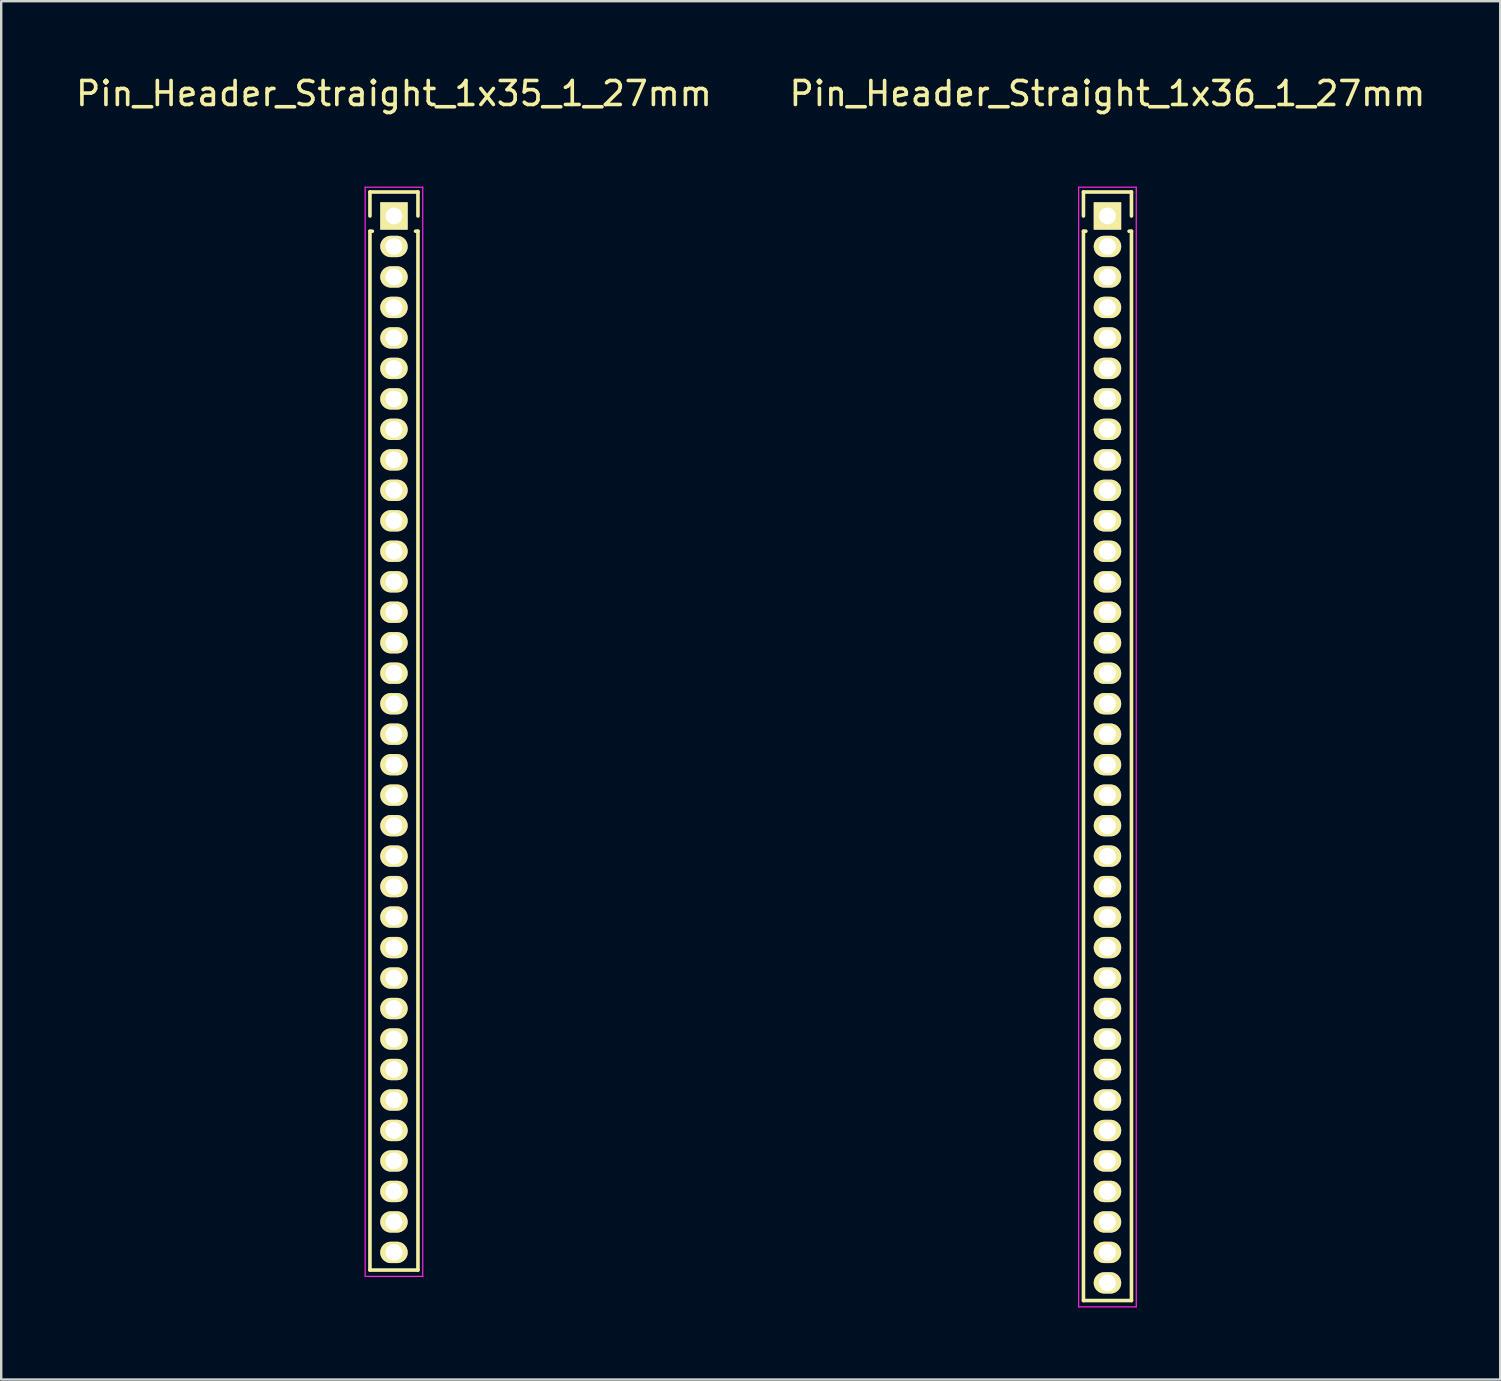
<source format=kicad_pcb>
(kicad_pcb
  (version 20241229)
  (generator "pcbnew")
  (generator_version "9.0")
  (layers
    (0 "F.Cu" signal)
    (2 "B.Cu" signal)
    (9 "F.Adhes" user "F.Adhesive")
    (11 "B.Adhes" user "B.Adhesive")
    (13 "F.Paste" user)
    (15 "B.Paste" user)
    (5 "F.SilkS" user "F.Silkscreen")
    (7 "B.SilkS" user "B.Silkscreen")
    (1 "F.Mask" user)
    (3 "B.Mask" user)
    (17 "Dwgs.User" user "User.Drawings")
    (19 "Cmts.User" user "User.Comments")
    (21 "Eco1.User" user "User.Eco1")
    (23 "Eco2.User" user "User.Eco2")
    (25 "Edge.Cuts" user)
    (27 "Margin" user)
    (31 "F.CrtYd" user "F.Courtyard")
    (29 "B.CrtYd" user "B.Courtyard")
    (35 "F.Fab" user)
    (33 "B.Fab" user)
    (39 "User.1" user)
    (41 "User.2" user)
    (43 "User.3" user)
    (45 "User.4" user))
  (footprint "Pin_Header_Straight_1x35_1_27mm"
    (layer "F.Cu")
    (at 13.363 5.948)
    (property "Reference" "Pin_Header_Straight_1x35_1_27mm" (at 0 -5.1 0) (layer "F.SilkS") (effects (font (size 1 1) (thickness 0.15))))
    (attr through_hole)
    (fp_line (start -1 -1) (end 1 -1) (stroke (width 0.15) (type solid)) (layer "F.SilkS"))
    (fp_line (start -1 0) (end -1 -1) (stroke (width 0.15) (type solid)) (layer "F.SilkS"))
    (fp_line (start -1 0.635) (end -1 43.915) (stroke (width 0.15) (type solid)) (layer "F.SilkS"))
    (fp_line (start -1 43.915) (end 1 43.915) (stroke (width 0.15) (type solid)) (layer "F.SilkS"))
    (fp_line (start -0.9 0.635) (end -1 0.635) (stroke (width 0.15) (type solid)) (layer "F.SilkS"))
    (fp_line (start 0.9 0.635) (end 1 0.635) (stroke (width 0.15) (type solid)) (layer "F.SilkS"))
    (fp_line (start 1 -1) (end 1 0) (stroke (width 0.15) (type solid)) (layer "F.SilkS"))
    (fp_line (start 1 0.635) (end 1 43.915) (stroke (width 0.15) (type solid)) (layer "F.SilkS"))
    (fp_line (start -1.2 -1.2) (end -1.2 44.18) (stroke (width 0.05) (type solid)) (layer "F.CrtYd"))
    (fp_line (start -1.2 -1.2) (end 1.2 -1.2) (stroke (width 0.05) (type solid)) (layer "F.CrtYd"))
    (fp_line (start -1.2 44.18) (end 1.2 44.18) (stroke (width 0.05) (type solid)) (layer "F.CrtYd"))
    (fp_line (start 1.2 -1.2) (end 1.2 44.18) (stroke (width 0.05) (type solid)) (layer "F.CrtYd"))
    (pad "1" thru_hole rect (at 0 0) (size 1.143 1.143) (drill 0.7) (layers "*.Cu" "*.Mask" "F.SilkS"))
    (pad "2" thru_hole oval (at 0 1.27) (size 1.143 0.889) (drill 0.7) (layers "*.Cu" "*.Mask" "F.SilkS"))
    (pad "3" thru_hole oval (at 0 2.54) (size 1.143 0.889) (drill 0.7) (layers "*.Cu" "*.Mask" "F.SilkS"))
    (pad "4" thru_hole oval (at 0 3.81) (size 1.143 0.889) (drill 0.7) (layers "*.Cu" "*.Mask" "F.SilkS"))
    (pad "5" thru_hole oval (at 0 5.08) (size 1.143 0.889) (drill 0.7) (layers "*.Cu" "*.Mask" "F.SilkS"))
    (pad "6" thru_hole oval (at 0 6.35) (size 1.143 0.889) (drill 0.7) (layers "*.Cu" "*.Mask" "F.SilkS"))
    (pad "7" thru_hole oval (at 0 7.62) (size 1.143 0.889) (drill 0.7) (layers "*.Cu" "*.Mask" "F.SilkS"))
    (pad "8" thru_hole oval (at 0 8.89) (size 1.143 0.889) (drill 0.7) (layers "*.Cu" "*.Mask" "F.SilkS"))
    (pad "9" thru_hole oval (at 0 10.16) (size 1.143 0.889) (drill 0.7) (layers "*.Cu" "*.Mask" "F.SilkS"))
    (pad "10" thru_hole oval (at 0 11.43) (size 1.143 0.889) (drill 0.7) (layers "*.Cu" "*.Mask" "F.SilkS"))
    (pad "11" thru_hole oval (at 0 12.7) (size 1.143 0.889) (drill 0.7) (layers "*.Cu" "*.Mask" "F.SilkS"))
    (pad "12" thru_hole oval (at 0 13.97) (size 1.143 0.889) (drill 0.7) (layers "*.Cu" "*.Mask" "F.SilkS"))
    (pad "13" thru_hole oval (at 0 15.24) (size 1.143 0.889) (drill 0.7) (layers "*.Cu" "*.Mask" "F.SilkS"))
    (pad "14" thru_hole oval (at 0 16.51) (size 1.143 0.889) (drill 0.7) (layers "*.Cu" "*.Mask" "F.SilkS"))
    (pad "15" thru_hole oval (at 0 17.78) (size 1.143 0.889) (drill 0.7) (layers "*.Cu" "*.Mask" "F.SilkS"))
    (pad "16" thru_hole oval (at 0 19.05) (size 1.143 0.889) (drill 0.7) (layers "*.Cu" "*.Mask" "F.SilkS"))
    (pad "17" thru_hole oval (at 0 20.32) (size 1.143 0.889) (drill 0.7) (layers "*.Cu" "*.Mask" "F.SilkS"))
    (pad "18" thru_hole oval (at 0 21.59) (size 1.143 0.889) (drill 0.7) (layers "*.Cu" "*.Mask" "F.SilkS"))
    (pad "19" thru_hole oval (at 0 22.86) (size 1.143 0.889) (drill 0.7) (layers "*.Cu" "*.Mask" "F.SilkS"))
    (pad "20" thru_hole oval (at 0 24.13) (size 1.143 0.889) (drill 0.7) (layers "*.Cu" "*.Mask" "F.SilkS"))
    (pad "21" thru_hole oval (at 0 25.4) (size 1.143 0.889) (drill 0.7) (layers "*.Cu" "*.Mask" "F.SilkS"))
    (pad "22" thru_hole oval (at 0 26.67) (size 1.143 0.889) (drill 0.7) (layers "*.Cu" "*.Mask" "F.SilkS"))
    (pad "23" thru_hole oval (at 0 27.94) (size 1.143 0.889) (drill 0.7) (layers "*.Cu" "*.Mask" "F.SilkS"))
    (pad "24" thru_hole oval (at 0 29.21) (size 1.143 0.889) (drill 0.7) (layers "*.Cu" "*.Mask" "F.SilkS"))
    (pad "25" thru_hole oval (at 0 30.48) (size 1.143 0.889) (drill 0.7) (layers "*.Cu" "*.Mask" "F.SilkS"))
    (pad "26" thru_hole oval (at 0 31.75) (size 1.143 0.889) (drill 0.7) (layers "*.Cu" "*.Mask" "F.SilkS"))
    (pad "27" thru_hole oval (at 0 33.02) (size 1.143 0.889) (drill 0.7) (layers "*.Cu" "*.Mask" "F.SilkS"))
    (pad "28" thru_hole oval (at 0 34.29) (size 1.143 0.889) (drill 0.7) (layers "*.Cu" "*.Mask" "F.SilkS"))
    (pad "29" thru_hole oval (at 0 35.56) (size 1.143 0.889) (drill 0.7) (layers "*.Cu" "*.Mask" "F.SilkS"))
    (pad "30" thru_hole oval (at 0 36.83) (size 1.143 0.889) (drill 0.7) (layers "*.Cu" "*.Mask" "F.SilkS"))
    (pad "31" thru_hole oval (at 0 38.1) (size 1.143 0.889) (drill 0.7) (layers "*.Cu" "*.Mask" "F.SilkS"))
    (pad "32" thru_hole oval (at 0 39.37) (size 1.143 0.889) (drill 0.7) (layers "*.Cu" "*.Mask" "F.SilkS"))
    (pad "33" thru_hole oval (at 0 40.64) (size 1.143 0.889) (drill 0.7) (layers "*.Cu" "*.Mask" "F.SilkS"))
    (pad "34" thru_hole oval (at 0 41.91) (size 1.143 0.889) (drill 0.7) (layers "*.Cu" "*.Mask" "F.SilkS"))
    (pad "35" thru_hole oval (at 0 43.18) (size 1.143 0.889) (drill 0.7) (layers "*.Cu" "*.Mask" "F.SilkS")))
  (footprint "Pin_Header_Straight_1x36_1_27mm"
    (layer "F.Cu")
    (at 43.089 5.948)
    (property "Reference" "Pin_Header_Straight_1x36_1_27mm" (at 0 -5.1 0) (layer "F.SilkS") (effects (font (size 1 1) (thickness 0.15))))
    (attr through_hole)
    (fp_line (start -1 -1) (end 1 -1) (stroke (width 0.15) (type solid)) (layer "F.SilkS"))
    (fp_line (start -1 0) (end -1 -1) (stroke (width 0.15) (type solid)) (layer "F.SilkS"))
    (fp_line (start -1 0.635) (end -1 45.185) (stroke (width 0.15) (type solid)) (layer "F.SilkS"))
    (fp_line (start -1 45.185) (end 1 45.185) (stroke (width 0.15) (type solid)) (layer "F.SilkS"))
    (fp_line (start -0.9 0.635) (end -1 0.635) (stroke (width 0.15) (type solid)) (layer "F.SilkS"))
    (fp_line (start 0.9 0.635) (end 1 0.635) (stroke (width 0.15) (type solid)) (layer "F.SilkS"))
    (fp_line (start 1 -1) (end 1 0) (stroke (width 0.15) (type solid)) (layer "F.SilkS"))
    (fp_line (start 1 0.635) (end 1 45.185) (stroke (width 0.15) (type solid)) (layer "F.SilkS"))
    (fp_line (start -1.2 -1.2) (end -1.2 45.45) (stroke (width 0.05) (type solid)) (layer "F.CrtYd"))
    (fp_line (start -1.2 -1.2) (end 1.2 -1.2) (stroke (width 0.05) (type solid)) (layer "F.CrtYd"))
    (fp_line (start -1.2 45.45) (end 1.2 45.45) (stroke (width 0.05) (type solid)) (layer "F.CrtYd"))
    (fp_line (start 1.2 -1.2) (end 1.2 45.45) (stroke (width 0.05) (type solid)) (layer "F.CrtYd"))
    (pad "1" thru_hole rect (at 0 0) (size 1.143 1.143) (drill 0.7) (layers "*.Cu" "*.Mask" "F.SilkS"))
    (pad "2" thru_hole oval (at 0 1.27) (size 1.143 0.889) (drill 0.7) (layers "*.Cu" "*.Mask" "F.SilkS"))
    (pad "3" thru_hole oval (at 0 2.54) (size 1.143 0.889) (drill 0.7) (layers "*.Cu" "*.Mask" "F.SilkS"))
    (pad "4" thru_hole oval (at 0 3.81) (size 1.143 0.889) (drill 0.7) (layers "*.Cu" "*.Mask" "F.SilkS"))
    (pad "5" thru_hole oval (at 0 5.08) (size 1.143 0.889) (drill 0.7) (layers "*.Cu" "*.Mask" "F.SilkS"))
    (pad "6" thru_hole oval (at 0 6.35) (size 1.143 0.889) (drill 0.7) (layers "*.Cu" "*.Mask" "F.SilkS"))
    (pad "7" thru_hole oval (at 0 7.62) (size 1.143 0.889) (drill 0.7) (layers "*.Cu" "*.Mask" "F.SilkS"))
    (pad "8" thru_hole oval (at 0 8.89) (size 1.143 0.889) (drill 0.7) (layers "*.Cu" "*.Mask" "F.SilkS"))
    (pad "9" thru_hole oval (at 0 10.16) (size 1.143 0.889) (drill 0.7) (layers "*.Cu" "*.Mask" "F.SilkS"))
    (pad "10" thru_hole oval (at 0 11.43) (size 1.143 0.889) (drill 0.7) (layers "*.Cu" "*.Mask" "F.SilkS"))
    (pad "11" thru_hole oval (at 0 12.7) (size 1.143 0.889) (drill 0.7) (layers "*.Cu" "*.Mask" "F.SilkS"))
    (pad "12" thru_hole oval (at 0 13.97) (size 1.143 0.889) (drill 0.7) (layers "*.Cu" "*.Mask" "F.SilkS"))
    (pad "13" thru_hole oval (at 0 15.24) (size 1.143 0.889) (drill 0.7) (layers "*.Cu" "*.Mask" "F.SilkS"))
    (pad "14" thru_hole oval (at 0 16.51) (size 1.143 0.889) (drill 0.7) (layers "*.Cu" "*.Mask" "F.SilkS"))
    (pad "15" thru_hole oval (at 0 17.78) (size 1.143 0.889) (drill 0.7) (layers "*.Cu" "*.Mask" "F.SilkS"))
    (pad "16" thru_hole oval (at 0 19.05) (size 1.143 0.889) (drill 0.7) (layers "*.Cu" "*.Mask" "F.SilkS"))
    (pad "17" thru_hole oval (at 0 20.32) (size 1.143 0.889) (drill 0.7) (layers "*.Cu" "*.Mask" "F.SilkS"))
    (pad "18" thru_hole oval (at 0 21.59) (size 1.143 0.889) (drill 0.7) (layers "*.Cu" "*.Mask" "F.SilkS"))
    (pad "19" thru_hole oval (at 0 22.86) (size 1.143 0.889) (drill 0.7) (layers "*.Cu" "*.Mask" "F.SilkS"))
    (pad "20" thru_hole oval (at 0 24.13) (size 1.143 0.889) (drill 0.7) (layers "*.Cu" "*.Mask" "F.SilkS"))
    (pad "21" thru_hole oval (at 0 25.4) (size 1.143 0.889) (drill 0.7) (layers "*.Cu" "*.Mask" "F.SilkS"))
    (pad "22" thru_hole oval (at 0 26.67) (size 1.143 0.889) (drill 0.7) (layers "*.Cu" "*.Mask" "F.SilkS"))
    (pad "23" thru_hole oval (at 0 27.94) (size 1.143 0.889) (drill 0.7) (layers "*.Cu" "*.Mask" "F.SilkS"))
    (pad "24" thru_hole oval (at 0 29.21) (size 1.143 0.889) (drill 0.7) (layers "*.Cu" "*.Mask" "F.SilkS"))
    (pad "25" thru_hole oval (at 0 30.48) (size 1.143 0.889) (drill 0.7) (layers "*.Cu" "*.Mask" "F.SilkS"))
    (pad "26" thru_hole oval (at 0 31.75) (size 1.143 0.889) (drill 0.7) (layers "*.Cu" "*.Mask" "F.SilkS"))
    (pad "27" thru_hole oval (at 0 33.02) (size 1.143 0.889) (drill 0.7) (layers "*.Cu" "*.Mask" "F.SilkS"))
    (pad "28" thru_hole oval (at 0 34.29) (size 1.143 0.889) (drill 0.7) (layers "*.Cu" "*.Mask" "F.SilkS"))
    (pad "29" thru_hole oval (at 0 35.56) (size 1.143 0.889) (drill 0.7) (layers "*.Cu" "*.Mask" "F.SilkS"))
    (pad "30" thru_hole oval (at 0 36.83) (size 1.143 0.889) (drill 0.7) (layers "*.Cu" "*.Mask" "F.SilkS"))
    (pad "31" thru_hole oval (at 0 38.1) (size 1.143 0.889) (drill 0.7) (layers "*.Cu" "*.Mask" "F.SilkS"))
    (pad "32" thru_hole oval (at 0 39.37) (size 1.143 0.889) (drill 0.7) (layers "*.Cu" "*.Mask" "F.SilkS"))
    (pad "33" thru_hole oval (at 0 40.64) (size 1.143 0.889) (drill 0.7) (layers "*.Cu" "*.Mask" "F.SilkS"))
    (pad "34" thru_hole oval (at 0 41.91) (size 1.143 0.889) (drill 0.7) (layers "*.Cu" "*.Mask" "F.SilkS"))
    (pad "35" thru_hole oval (at 0 43.18) (size 1.143 0.889) (drill 0.7) (layers "*.Cu" "*.Mask" "F.SilkS"))
    (pad "36" thru_hole oval (at 0 44.45) (size 1.143 0.889) (drill 0.7) (layers "*.Cu" "*.Mask" "F.SilkS")))
  (gr_rect
    (start -3 -3)
    (end 59.452 54.423)
    (stroke (width 0.1) (type default))
    (fill no)
    (layer "Edge.Cuts")))
</source>
